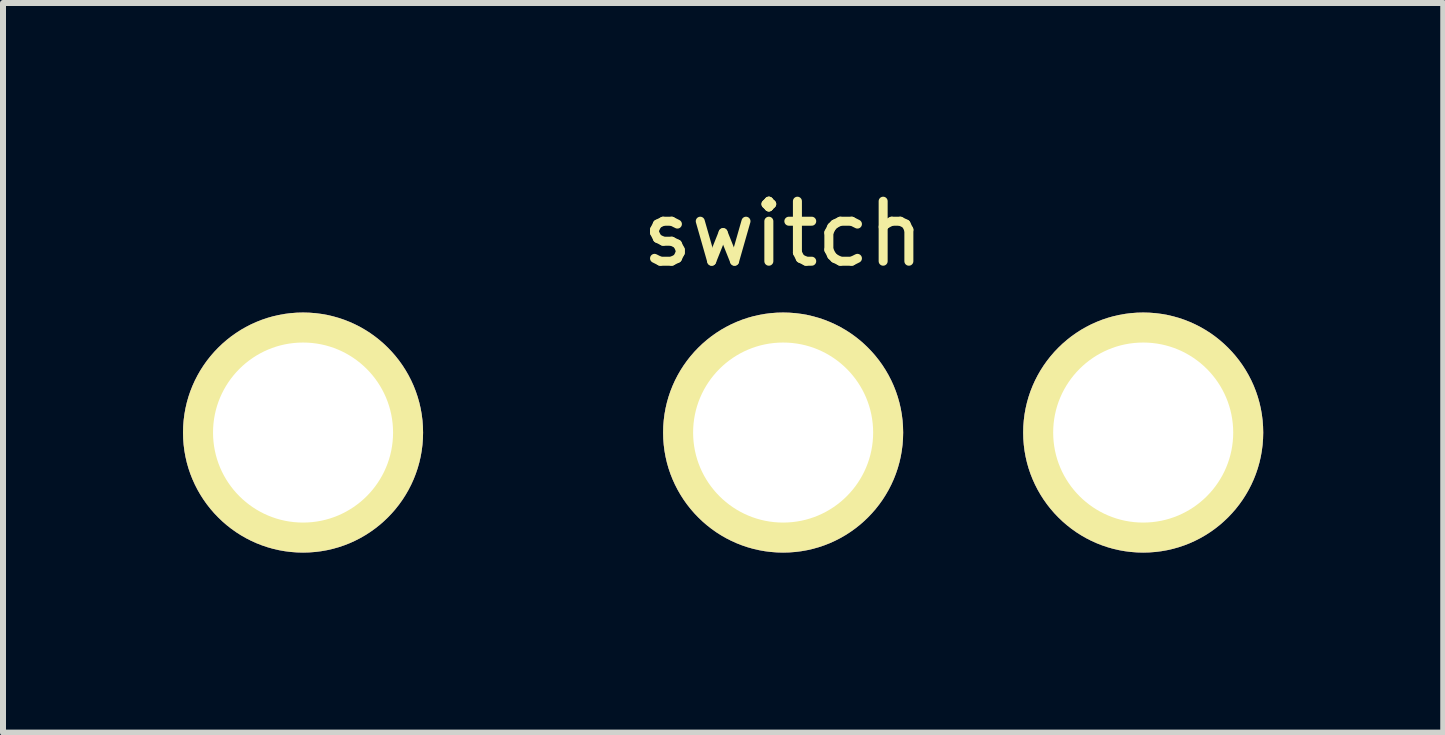
<source format=kicad_pcb>
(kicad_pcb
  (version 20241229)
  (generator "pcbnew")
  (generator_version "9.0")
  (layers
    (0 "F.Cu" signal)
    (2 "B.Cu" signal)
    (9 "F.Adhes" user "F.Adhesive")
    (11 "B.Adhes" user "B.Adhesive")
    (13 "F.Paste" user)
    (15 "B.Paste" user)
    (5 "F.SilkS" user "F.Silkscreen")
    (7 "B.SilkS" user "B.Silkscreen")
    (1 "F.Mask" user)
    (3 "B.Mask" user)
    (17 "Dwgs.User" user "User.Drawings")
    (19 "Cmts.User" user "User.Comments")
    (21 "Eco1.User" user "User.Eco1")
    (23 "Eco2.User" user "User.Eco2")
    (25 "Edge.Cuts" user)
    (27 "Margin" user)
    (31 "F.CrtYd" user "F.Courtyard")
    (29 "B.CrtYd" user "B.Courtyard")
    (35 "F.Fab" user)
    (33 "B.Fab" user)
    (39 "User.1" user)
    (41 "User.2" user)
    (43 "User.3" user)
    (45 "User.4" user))
  (footprint "switch"
    (layer "F.Cu")
    (at 10 0.348)
    (property "Reference" "switch" (at 0 0.5 0) (layer "F.SilkS") (effects (font (size 1 1) (thickness 0.15))))
    (attr through_hole)
    (pad "1" thru_hole circle (at -8 3.81) (size 4 4) (drill 3) (layers "*.Cu" "*.Mask" "F.SilkS"))
    (pad "2" thru_hole circle (at 0 3.81) (size 4 4) (drill 3) (layers "*.Cu" "*.Mask" "F.SilkS"))
    (pad "3" thru_hole circle (at 6 3.81) (size 4 4) (drill 3) (layers "*.Cu" "*.Mask" "F.SilkS")))
  (gr_rect
    (start -3 -3)
    (end 21 9.158)
    (stroke (width 0.1) (type default))
    (fill no)
    (layer "Edge.Cuts")))
</source>
